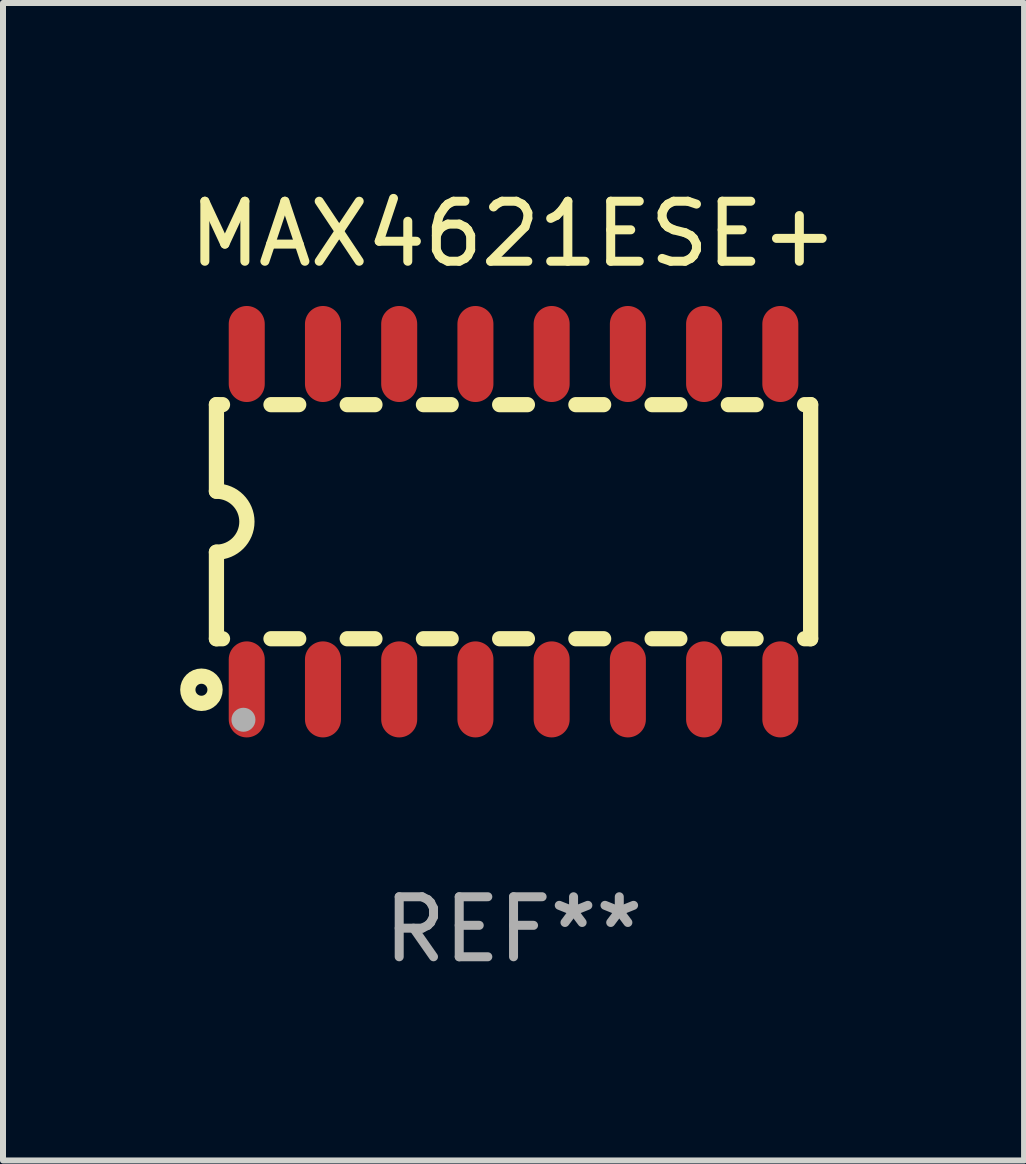
<source format=kicad_pcb>
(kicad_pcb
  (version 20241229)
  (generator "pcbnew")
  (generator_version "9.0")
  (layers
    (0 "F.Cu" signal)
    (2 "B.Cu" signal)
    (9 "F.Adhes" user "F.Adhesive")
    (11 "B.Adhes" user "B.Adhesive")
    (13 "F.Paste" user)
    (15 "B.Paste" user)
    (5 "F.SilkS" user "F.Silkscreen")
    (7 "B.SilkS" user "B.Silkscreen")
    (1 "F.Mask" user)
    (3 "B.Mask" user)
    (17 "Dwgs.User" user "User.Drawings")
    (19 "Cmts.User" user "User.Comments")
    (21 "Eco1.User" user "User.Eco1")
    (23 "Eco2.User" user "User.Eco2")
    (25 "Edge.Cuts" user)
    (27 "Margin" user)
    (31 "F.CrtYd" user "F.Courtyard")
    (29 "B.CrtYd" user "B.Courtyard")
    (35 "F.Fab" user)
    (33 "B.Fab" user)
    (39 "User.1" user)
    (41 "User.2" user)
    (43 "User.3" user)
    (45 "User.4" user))
  (footprint "MAX4621ESE+"
    (layer "F.Cu")
    (at 5.506 5.642)
    (property "Reference" "MAX4621ESE+" (at 0 -4.794 0) (layer "F.SilkS") (effects (font (size 1 1) (thickness 0.15))))
    (attr through_hole)
    (fp_line (start -4.95 -1.95) (end -4.95 -0.508) (stroke (width 0.254) (type solid)) (layer "F.SilkS"))
    (fp_line (start -4.95 -1.95) (end -4.849 -1.95) (stroke (width 0.254) (type solid)) (layer "F.SilkS"))
    (fp_line (start -4.95 1.95) (end -4.95 0.508) (stroke (width 0.254) (type solid)) (layer "F.SilkS"))
    (fp_line (start -4.95 1.95) (end -4.849 1.95) (stroke (width 0.254) (type solid)) (layer "F.SilkS"))
    (fp_line (start -4.041 -1.95) (end -3.579 -1.95) (stroke (width 0.254) (type solid)) (layer "F.SilkS"))
    (fp_line (start -4.041 1.95) (end -3.579 1.95) (stroke (width 0.254) (type solid)) (layer "F.SilkS"))
    (fp_line (start -2.771 -1.95) (end -2.309 -1.95) (stroke (width 0.254) (type solid)) (layer "F.SilkS"))
    (fp_line (start -2.771 1.95) (end -2.309 1.95) (stroke (width 0.254) (type solid)) (layer "F.SilkS"))
    (fp_line (start -1.501 -1.95) (end -1.039 -1.95) (stroke (width 0.254) (type solid)) (layer "F.SilkS"))
    (fp_line (start -1.501 1.95) (end -1.039 1.95) (stroke (width 0.254) (type solid)) (layer "F.SilkS"))
    (fp_line (start -0.231 -1.95) (end 0.231 -1.95) (stroke (width 0.254) (type solid)) (layer "F.SilkS"))
    (fp_line (start -0.231 1.95) (end 0.231 1.95) (stroke (width 0.254) (type solid)) (layer "F.SilkS"))
    (fp_line (start 1.039 -1.95) (end 1.501 -1.95) (stroke (width 0.254) (type solid)) (layer "F.SilkS"))
    (fp_line (start 1.039 1.95) (end 1.501 1.95) (stroke (width 0.254) (type solid)) (layer "F.SilkS"))
    (fp_line (start 2.309 -1.95) (end 2.771 -1.95) (stroke (width 0.254) (type solid)) (layer "F.SilkS"))
    (fp_line (start 2.309 1.95) (end 2.771 1.95) (stroke (width 0.254) (type solid)) (layer "F.SilkS"))
    (fp_line (start 3.579 -1.95) (end 4.041 -1.95) (stroke (width 0.254) (type solid)) (layer "F.SilkS"))
    (fp_line (start 3.579 1.95) (end 4.041 1.95) (stroke (width 0.254) (type solid)) (layer "F.SilkS"))
    (fp_line (start 4.849 -1.95) (end 4.95 -1.95) (stroke (width 0.254) (type solid)) (layer "F.SilkS"))
    (fp_line (start 4.849 1.95) (end 4.95 1.95) (stroke (width 0.254) (type solid)) (layer "F.SilkS"))
    (fp_line (start 4.95 -1.95) (end 4.95 1.95) (stroke (width 0.254) (type solid)) (layer "F.SilkS"))
    (fp_arc (start -4.95047 -0.508001) (mid -4.442469 -0.000228) (end -4.950013 0.508001) (stroke (width 0.254001) (type solid)) (layer "F.SilkS"))
    (fp_circle (center -5.2 2.8) (end -5.1 2.8) (stroke (width 0.254) (type solid)) (fill no) (layer "F.SilkS"))
    (fp_circle (center -4.95 2.947) (end -4.92 2.947) (stroke (width 0.06) (type solid)) (fill no) (layer "F.SilkS"))
    (fp_circle (center -4.5 3.3) (end -4.4 3.3) (stroke (width 0.2) (type solid)) (fill no) (layer "F.Fab"))
    (fp_text user "REF**" (at 0 6.794 0) (layer "F.Fab") (effects (font (size 1 1) (thickness 0.15))))
    (pad "1" smd oval (at -4.445 2.794) (size 0.6 1.6) (layers "F.Cu" "F.Mask" "F.Paste"))
    (pad "2" smd oval (at -3.175 2.794) (size 0.6 1.6) (layers "F.Cu" "F.Mask" "F.Paste"))
    (pad "3" smd oval (at -1.905 2.794) (size 0.6 1.6) (layers "F.Cu" "F.Mask" "F.Paste"))
    (pad "4" smd oval (at -0.635 2.794) (size 0.6 1.6) (layers "F.Cu" "F.Mask" "F.Paste"))
    (pad "5" smd oval (at 0.635 2.794) (size 0.6 1.6) (layers "F.Cu" "F.Mask" "F.Paste"))
    (pad "6" smd oval (at 1.905 2.794) (size 0.6 1.6) (layers "F.Cu" "F.Mask" "F.Paste"))
    (pad "7" smd oval (at 3.175 2.794) (size 0.6 1.6) (layers "F.Cu" "F.Mask" "F.Paste"))
    (pad "8" smd oval (at 4.445 2.794) (size 0.6 1.6) (layers "F.Cu" "F.Mask" "F.Paste"))
    (pad "9" smd oval (at 4.445 -2.794) (size 0.6 1.6) (layers "F.Cu" "F.Mask" "F.Paste"))
    (pad "10" smd oval (at 3.175 -2.794) (size 0.6 1.6) (layers "F.Cu" "F.Mask" "F.Paste"))
    (pad "11" smd oval (at 1.905 -2.794) (size 0.6 1.6) (layers "F.Cu" "F.Mask" "F.Paste"))
    (pad "12" smd oval (at 0.635 -2.794) (size 0.6 1.6) (layers "F.Cu" "F.Mask" "F.Paste"))
    (pad "13" smd oval (at -0.635 -2.794) (size 0.6 1.6) (layers "F.Cu" "F.Mask" "F.Paste"))
    (pad "14" smd oval (at -1.905 -2.794) (size 0.6 1.6) (layers "F.Cu" "F.Mask" "F.Paste"))
    (pad "15" smd oval (at -3.175 -2.794) (size 0.6 1.6) (layers "F.Cu" "F.Mask" "F.Paste"))
    (pad "16" smd oval (at -4.445 -2.794) (size 0.6 1.6) (layers "F.Cu" "F.Mask" "F.Paste")))
  (gr_rect
    (start -3 -3)
    (end 14.012 16.285)
    (stroke (width 0.1) (type default))
    (fill no)
    (layer "Edge.Cuts")))
</source>
